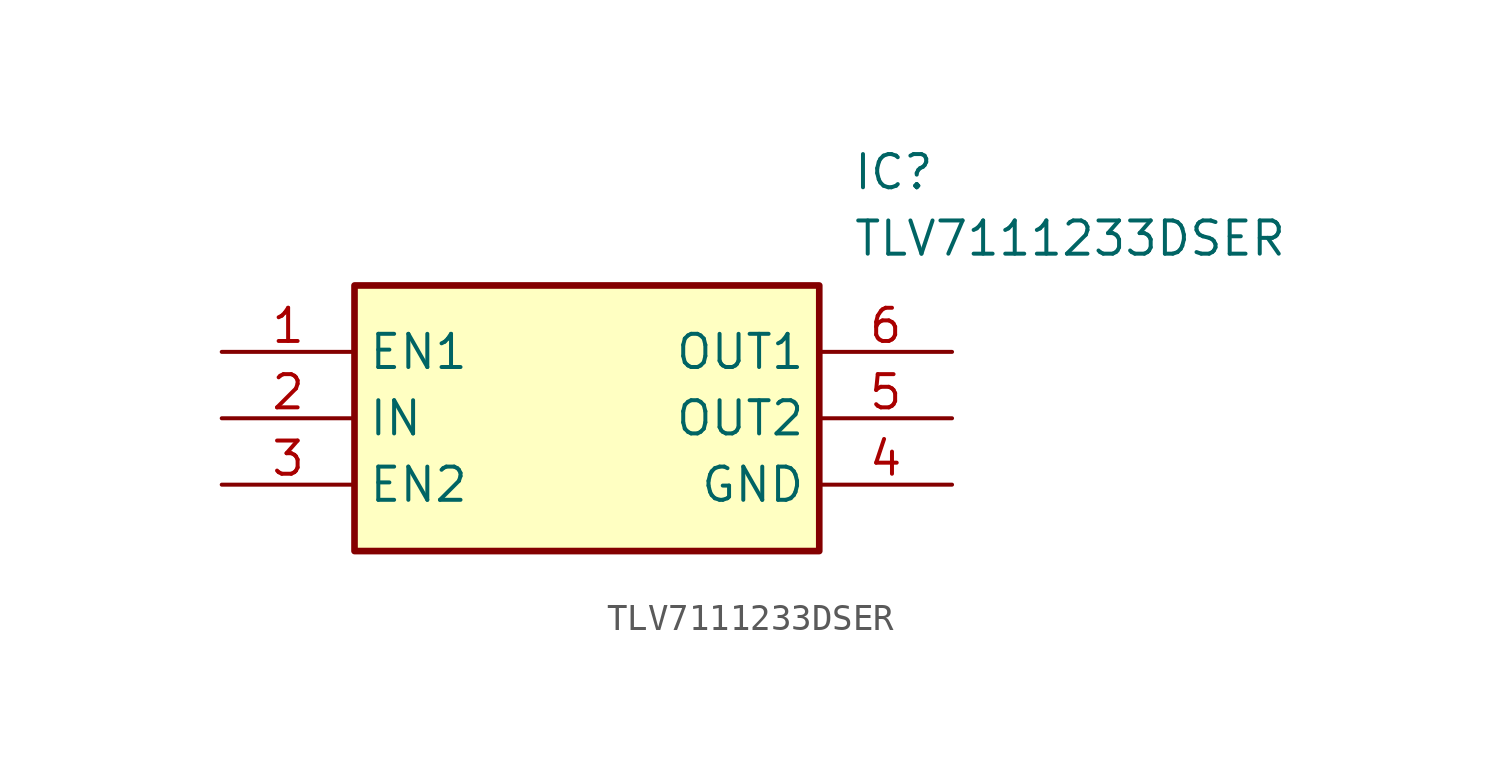
<source format=kicad_sym>
(kicad_symbol_lib
  (version 20211014)
  (generator SamacSys_ECAD_Model)
  (symbol "TLV7111233DSER"
    (property "Reference" "IC"
      (at 24.13 7.62 0)
      (effects (font (size 1.27 1.27)) (justify left top)))
    (property "Value" "TLV7111233DSER"
      (at 24.13 5.08 0)
      (effects (font (size 1.27 1.27)) (justify left top)))
    (rectangle
      (start 5.08 2.54)
      (end 22.86 -7.62)
      (stroke (width 0.254) (type default))
      (fill (type background)))
    (pin passive line
      (at 0 0 0)
      (length 5.08)
      (name "EN1" (effects (font (size 1.27 1.27))))
      (number "1" (effects (font (size 1.27 1.27)))))
    (pin passive line
      (at 0 -2.54 0)
      (length 5.08)
      (name "IN" (effects (font (size 1.27 1.27))))
      (number "2" (effects (font (size 1.27 1.27)))))
    (pin passive line
      (at 0 -5.08 0)
      (length 5.08)
      (name "EN2" (effects (font (size 1.27 1.27))))
      (number "3" (effects (font (size 1.27 1.27)))))
    (pin passive line
      (at 27.94 0 180)
      (length 5.08)
      (name "OUT1" (effects (font (size 1.27 1.27))))
      (number "6" (effects (font (size 1.27 1.27)))))
    (pin passive line
      (at 27.94 -2.54 180)
      (length 5.08)
      (name "OUT2" (effects (font (size 1.27 1.27))))
      (number "5" (effects (font (size 1.27 1.27)))))
    (pin passive line
      (at 27.94 -5.08 180)
      (length 5.08)
      (name "GND" (effects (font (size 1.27 1.27))))
      (number "4" (effects (font (size 1.27 1.27)))))))
</source>
